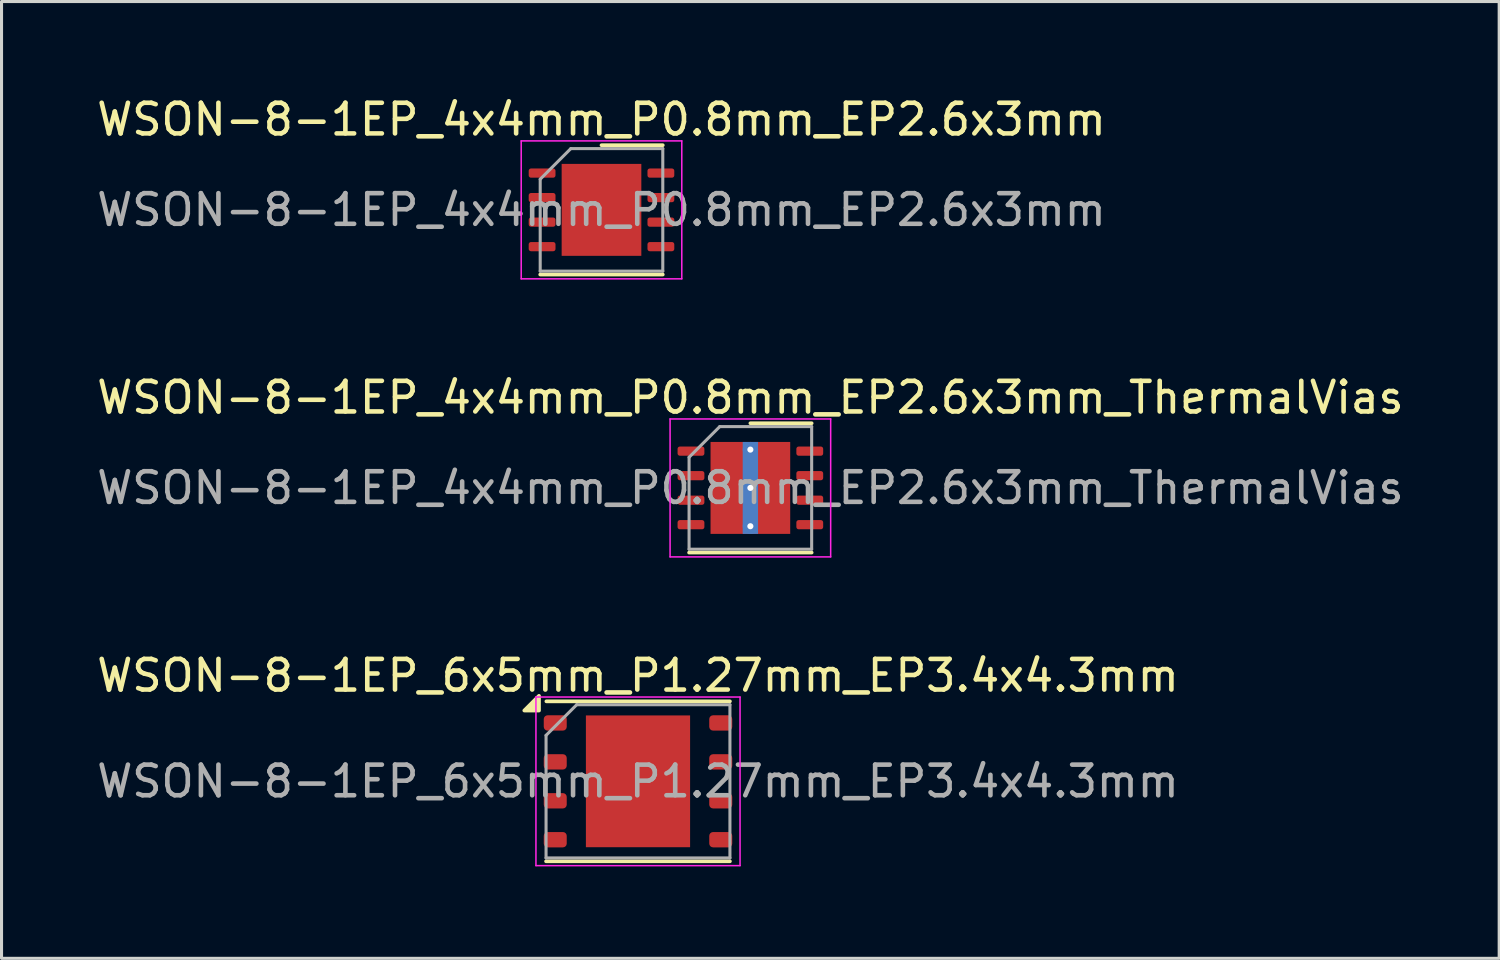
<source format=kicad_pcb>
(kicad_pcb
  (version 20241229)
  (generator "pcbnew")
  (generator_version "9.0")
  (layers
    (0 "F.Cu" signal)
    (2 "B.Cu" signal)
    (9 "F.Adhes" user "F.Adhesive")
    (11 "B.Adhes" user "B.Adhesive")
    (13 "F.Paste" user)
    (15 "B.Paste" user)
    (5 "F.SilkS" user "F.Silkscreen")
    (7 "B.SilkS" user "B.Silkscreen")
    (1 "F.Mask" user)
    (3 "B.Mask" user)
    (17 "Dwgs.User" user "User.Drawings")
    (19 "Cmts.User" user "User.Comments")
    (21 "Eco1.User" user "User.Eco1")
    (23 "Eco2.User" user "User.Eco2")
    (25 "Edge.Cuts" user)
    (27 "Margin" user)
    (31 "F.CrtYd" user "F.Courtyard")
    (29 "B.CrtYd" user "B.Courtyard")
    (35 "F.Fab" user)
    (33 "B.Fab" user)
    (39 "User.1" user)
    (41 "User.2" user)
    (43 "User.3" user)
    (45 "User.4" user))
  (footprint "WSON-8-1EP_4x4mm_P0.8mm_EP2.6x3mm"
    (layer "F.Cu")
    (at 16.577 3.798)
    (property "Reference" "WSON-8-1EP_4x4mm_P0.8mm_EP2.6x3mm" (at 0 -2.95 0) (layer "F.SilkS") (effects (font (size 1 1) (thickness 0.15))))
    (attr smd)
    (fp_line (start -2 2.11) (end 2 2.11) (stroke (width 0.12) (type solid)) (layer "F.SilkS"))
    (fp_line (start 0 -2.11) (end 2 -2.11) (stroke (width 0.12) (type solid)) (layer "F.SilkS"))
    (fp_line (start -2.62 -2.25) (end -2.62 2.25) (stroke (width 0.05) (type solid)) (layer "F.CrtYd"))
    (fp_line (start -2.62 2.25) (end 2.62 2.25) (stroke (width 0.05) (type solid)) (layer "F.CrtYd"))
    (fp_line (start 2.62 -2.25) (end -2.62 -2.25) (stroke (width 0.05) (type solid)) (layer "F.CrtYd"))
    (fp_line (start 2.62 2.25) (end 2.62 -2.25) (stroke (width 0.05) (type solid)) (layer "F.CrtYd"))
    (fp_line (start -2 -1) (end -1 -2) (stroke (width 0.1) (type solid)) (layer "F.Fab"))
    (fp_line (start -2 2) (end -2 -1) (stroke (width 0.1) (type solid)) (layer "F.Fab"))
    (fp_line (start -1 -2) (end 2 -2) (stroke (width 0.1) (type solid)) (layer "F.Fab"))
    (fp_line (start 2 -2) (end 2 2) (stroke (width 0.1) (type solid)) (layer "F.Fab"))
    (fp_line (start 2 2) (end -2 2) (stroke (width 0.1) (type solid)) (layer "F.Fab"))
    (fp_text user "${REFERENCE}" (at 0 0 0) (layer "F.Fab") (effects (font (size 1 1) (thickness 0.15))))
    (pad "" smd roundrect (at -0.65 -0.75) (size 1.05 1.21) (layers "F.Paste") (roundrect_rratio 0.238))
    (pad "" smd roundrect (at -0.65 0.75) (size 1.05 1.21) (layers "F.Paste") (roundrect_rratio 0.238))
    (pad "" smd roundrect (at 0.65 -0.75) (size 1.05 1.21) (layers "F.Paste") (roundrect_rratio 0.238))
    (pad "" smd roundrect (at 0.65 0.75) (size 1.05 1.21) (layers "F.Paste") (roundrect_rratio 0.238))
    (pad "1" smd roundrect (at -1.938 -1.2) (size 0.875 0.3) (layers "F.Cu" "F.Mask" "F.Paste") (roundrect_rratio 0.25))
    (pad "2" smd roundrect (at -1.938 -0.4) (size 0.875 0.3) (layers "F.Cu" "F.Mask" "F.Paste") (roundrect_rratio 0.25))
    (pad "3" smd roundrect (at -1.938 0.4) (size 0.875 0.3) (layers "F.Cu" "F.Mask" "F.Paste") (roundrect_rratio 0.25))
    (pad "4" smd roundrect (at -1.938 1.2) (size 0.875 0.3) (layers "F.Cu" "F.Mask" "F.Paste") (roundrect_rratio 0.25))
    (pad "5" smd roundrect (at 1.938 1.2) (size 0.875 0.3) (layers "F.Cu" "F.Mask" "F.Paste") (roundrect_rratio 0.25))
    (pad "6" smd roundrect (at 1.938 0.4) (size 0.875 0.3) (layers "F.Cu" "F.Mask" "F.Paste") (roundrect_rratio 0.25))
    (pad "7" smd roundrect (at 1.938 -0.4) (size 0.875 0.3) (layers "F.Cu" "F.Mask" "F.Paste") (roundrect_rratio 0.25))
    (pad "8" smd roundrect (at 1.938 -1.2) (size 0.875 0.3) (layers "F.Cu" "F.Mask" "F.Paste") (roundrect_rratio 0.25))
    (pad "9" smd rect (at 0 0) (size 2.6 3) (layers "F.Cu" "F.Mask")))
  (footprint "WSON-8-1EP_4x4mm_P0.8mm_EP2.6x3mm_ThermalVias"
    (layer "F.Cu")
    (at 21.435 12.871)
    (property "Reference" "WSON-8-1EP_4x4mm_P0.8mm_EP2.6x3mm_ThermalVias" (at 0 -2.95 0) (layer "F.SilkS") (effects (font (size 1 1) (thickness 0.15))))
    (attr smd)
    (fp_line (start -2 2.11) (end 2 2.11) (stroke (width 0.12) (type solid)) (layer "F.SilkS"))
    (fp_line (start 0 -2.11) (end 2 -2.11) (stroke (width 0.12) (type solid)) (layer "F.SilkS"))
    (fp_line (start -2.62 -2.25) (end -2.62 2.25) (stroke (width 0.05) (type solid)) (layer "F.CrtYd"))
    (fp_line (start -2.62 2.25) (end 2.62 2.25) (stroke (width 0.05) (type solid)) (layer "F.CrtYd"))
    (fp_line (start 2.62 -2.25) (end -2.62 -2.25) (stroke (width 0.05) (type solid)) (layer "F.CrtYd"))
    (fp_line (start 2.62 2.25) (end 2.62 -2.25) (stroke (width 0.05) (type solid)) (layer "F.CrtYd"))
    (fp_line (start -2 -1) (end -1 -2) (stroke (width 0.1) (type solid)) (layer "F.Fab"))
    (fp_line (start -2 2) (end -2 -1) (stroke (width 0.1) (type solid)) (layer "F.Fab"))
    (fp_line (start -1 -2) (end 2 -2) (stroke (width 0.1) (type solid)) (layer "F.Fab"))
    (fp_line (start 2 -2) (end 2 2) (stroke (width 0.1) (type solid)) (layer "F.Fab"))
    (fp_line (start 2 2) (end -2 2) (stroke (width 0.1) (type solid)) (layer "F.Fab"))
    (fp_text user "${REFERENCE}" (at 0 0 0) (layer "F.Fab") (effects (font (size 1 1) (thickness 0.15))))
    (pad "" smd roundrect (at -0.65 -0.625) (size 1.048 1.008) (layers "F.Paste") (roundrect_rratio 0.248))
    (pad "" smd roundrect (at -0.65 0.625) (size 1.048 1.008) (layers "F.Paste") (roundrect_rratio 0.248))
    (pad "" smd roundrect (at 0.65 -0.625) (size 1.048 1.008) (layers "F.Paste") (roundrect_rratio 0.248))
    (pad "" smd roundrect (at 0.65 0.625) (size 1.048 1.008) (layers "F.Paste") (roundrect_rratio 0.248))
    (pad "1" smd roundrect (at -1.938 -1.2) (size 0.875 0.3) (layers "F.Cu" "F.Mask" "F.Paste") (roundrect_rratio 0.25))
    (pad "2" smd roundrect (at -1.938 -0.4) (size 0.875 0.3) (layers "F.Cu" "F.Mask" "F.Paste") (roundrect_rratio 0.25))
    (pad "3" smd roundrect (at -1.938 0.4) (size 0.875 0.3) (layers "F.Cu" "F.Mask" "F.Paste") (roundrect_rratio 0.25))
    (pad "4" smd roundrect (at -1.938 1.2) (size 0.875 0.3) (layers "F.Cu" "F.Mask" "F.Paste") (roundrect_rratio 0.25))
    (pad "5" smd roundrect (at 1.938 1.2) (size 0.875 0.3) (layers "F.Cu" "F.Mask" "F.Paste") (roundrect_rratio 0.25))
    (pad "6" smd roundrect (at 1.938 0.4) (size 0.875 0.3) (layers "F.Cu" "F.Mask" "F.Paste") (roundrect_rratio 0.25))
    (pad "7" smd roundrect (at 1.938 -0.4) (size 0.875 0.3) (layers "F.Cu" "F.Mask" "F.Paste") (roundrect_rratio 0.25))
    (pad "8" smd roundrect (at 1.938 -1.2) (size 0.875 0.3) (layers "F.Cu" "F.Mask" "F.Paste") (roundrect_rratio 0.25))
    (pad "9" thru_hole circle (at 0 -1.25) (size 0.5 0.5) (drill 0.2) (layers "*.Cu"))
    (pad "9" thru_hole circle (at 0 0) (size 0.5 0.5) (drill 0.2) (layers "*.Cu"))
    (pad "9" smd rect (at 0 0) (size 0.5 3) (layers "B.Cu"))
    (pad "9" smd rect (at 0 0) (size 2.6 3) (layers "F.Cu" "F.Mask"))
    (pad "9" thru_hole circle (at 0 1.25) (size 0.5 0.5) (drill 0.2) (layers "*.Cu")))
  (footprint "WSON-8-1EP_6x5mm_P1.27mm_EP3.4x4.3mm"
    (layer "F.Cu")
    (at 17.768 22.445)
    (property "Reference" "WSON-8-1EP_6x5mm_P1.27mm_EP3.4x4.3mm" (at 0 -3.45 0) (layer "F.SilkS") (effects (font (size 1 1) (thickness 0.15))))
    (attr smd)
    (fp_line (start -3 2.61) (end 3 2.61) (stroke (width 0.12) (type solid)) (layer "F.SilkS"))
    (fp_line (start -2.99 -2.61) (end 3 -2.61) (stroke (width 0.12) (type solid)) (layer "F.SilkS"))
    (fp_poly (pts (xy -3.23 -2.31) (xy -3.71 -2.31) (xy -3.23 -2.79) (xy -3.23 -2.31)) (stroke (width 0.12) (type solid)) (fill yes) (layer "F.SilkS"))
    (fp_line (start -3.33 -2.75) (end -3.33 2.75) (stroke (width 0.05) (type solid)) (layer "F.CrtYd"))
    (fp_line (start -3.33 2.75) (end 3.33 2.75) (stroke (width 0.05) (type solid)) (layer "F.CrtYd"))
    (fp_line (start 3.33 -2.75) (end -3.33 -2.75) (stroke (width 0.05) (type solid)) (layer "F.CrtYd"))
    (fp_line (start 3.33 2.75) (end 3.33 -2.75) (stroke (width 0.05) (type solid)) (layer "F.CrtYd"))
    (fp_line (start -3 -1.5) (end -2 -2.5) (stroke (width 0.1) (type solid)) (layer "F.Fab"))
    (fp_line (start -3 2.5) (end -3 -1.5) (stroke (width 0.1) (type solid)) (layer "F.Fab"))
    (fp_line (start -2 -2.5) (end 3 -2.5) (stroke (width 0.1) (type solid)) (layer "F.Fab"))
    (fp_line (start 3 -2.5) (end 3 2.5) (stroke (width 0.1) (type solid)) (layer "F.Fab"))
    (fp_line (start 3 2.5) (end -3 2.5) (stroke (width 0.1) (type solid)) (layer "F.Fab"))
    (fp_text user "${REFERENCE}" (at 0 0 0) (layer "F.Fab") (effects (font (size 1 1) (thickness 0.15))))
    (pad "" smd roundrect (at -0.85 -1.075) (size 1.37 1.73) (layers "F.Paste") (roundrect_rratio 0.182))
    (pad "" smd roundrect (at -0.85 1.075) (size 1.37 1.73) (layers "F.Paste") (roundrect_rratio 0.182))
    (pad "" smd roundrect (at 0.85 -1.075) (size 1.37 1.73) (layers "F.Paste") (roundrect_rratio 0.182))
    (pad "" smd roundrect (at 0.85 1.075) (size 1.37 1.73) (layers "F.Paste") (roundrect_rratio 0.182))
    (pad "1" smd roundrect (at -2.7 -1.905) (size 0.75 0.5) (layers "F.Cu" "F.Mask" "F.Paste") (roundrect_rratio 0.25))
    (pad "2" smd roundrect (at -2.7 -0.635) (size 0.75 0.5) (layers "F.Cu" "F.Mask" "F.Paste") (roundrect_rratio 0.25))
    (pad "3" smd roundrect (at -2.7 0.635) (size 0.75 0.5) (layers "F.Cu" "F.Mask" "F.Paste") (roundrect_rratio 0.25))
    (pad "4" smd roundrect (at -2.7 1.905) (size 0.75 0.5) (layers "F.Cu" "F.Mask" "F.Paste") (roundrect_rratio 0.25))
    (pad "5" smd roundrect (at 2.7 1.905) (size 0.75 0.5) (layers "F.Cu" "F.Mask" "F.Paste") (roundrect_rratio 0.25))
    (pad "6" smd roundrect (at 2.7 0.635) (size 0.75 0.5) (layers "F.Cu" "F.Mask" "F.Paste") (roundrect_rratio 0.25))
    (pad "7" smd roundrect (at 2.7 -0.635) (size 0.75 0.5) (layers "F.Cu" "F.Mask" "F.Paste") (roundrect_rratio 0.25))
    (pad "8" smd roundrect (at 2.7 -1.905) (size 0.75 0.5) (layers "F.Cu" "F.Mask" "F.Paste") (roundrect_rratio 0.25))
    (pad "9" smd rect (at 0 0) (size 3.4 4.3) (property pad_prop_heatsink) (layers "F.Cu" "F.Mask")))
  (gr_rect
    (start -3 -3)
    (end 45.869 28.22)
    (stroke (width 0.1) (type default))
    (fill no)
    (layer "Edge.Cuts")))
</source>
